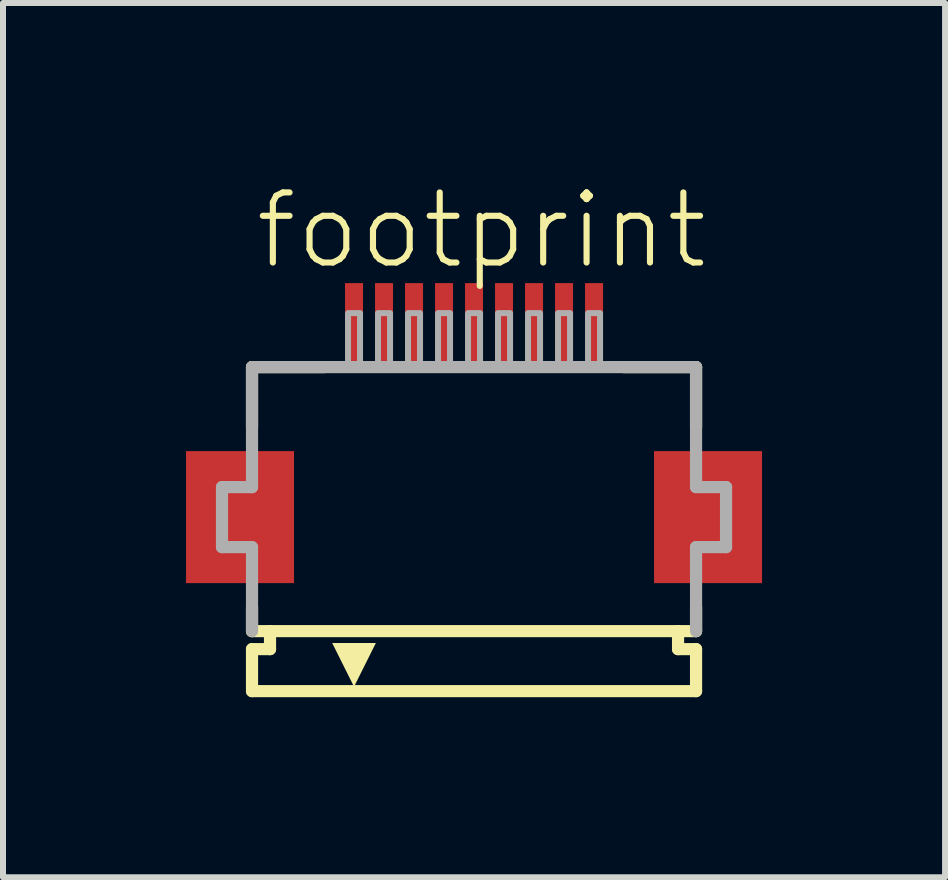
<source format=kicad_pcb>
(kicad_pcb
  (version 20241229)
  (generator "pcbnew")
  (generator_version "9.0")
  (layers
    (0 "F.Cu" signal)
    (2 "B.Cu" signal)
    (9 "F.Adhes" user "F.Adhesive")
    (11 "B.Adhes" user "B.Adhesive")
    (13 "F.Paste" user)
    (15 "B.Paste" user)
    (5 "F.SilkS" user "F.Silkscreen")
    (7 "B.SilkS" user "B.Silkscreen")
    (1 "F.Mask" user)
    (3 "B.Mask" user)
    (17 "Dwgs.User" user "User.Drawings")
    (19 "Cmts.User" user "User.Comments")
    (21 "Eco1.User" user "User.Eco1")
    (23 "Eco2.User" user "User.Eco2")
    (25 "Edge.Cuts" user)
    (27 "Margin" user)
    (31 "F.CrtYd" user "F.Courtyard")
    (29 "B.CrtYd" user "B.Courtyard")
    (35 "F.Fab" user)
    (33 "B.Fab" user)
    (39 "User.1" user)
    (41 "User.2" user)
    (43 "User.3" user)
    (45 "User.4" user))
  (footprint "footprint"
    (layer "F.Cu")
    (at 4.85 5.568)
    (property "Reference" "footprint" (at -3.698 -4.095 0) (layer "F.SilkS") (effects (font (size 1.168 1.168) (thickness 0.102)) (justify left bottom)))
    (fp_poly (pts (xy -3 -1.1) (xy -4.8 -1.1) (xy -4.8 1.1) (xy -3 1.1)) (stroke (width 0) (type solid)) (fill yes) (layer "F.Cu"))
    (fp_poly (pts (xy 4.8 -1.1) (xy 3 -1.1) (xy 3 1.1) (xy 4.8 1.1)) (stroke (width 0) (type solid)) (fill yes) (layer "F.Cu"))
    (fp_poly (pts (xy -2.95 -1.175) (xy -4.85 -1.175) (xy -4.85 1.175) (xy -2.95 1.175)) (stroke (width 0) (type solid)) (fill yes) (layer "F.Mask"))
    (fp_poly (pts (xy -2.2 -2.55) (xy -1.8 -2.55) (xy -1.8 -3.95) (xy -2.2 -3.95)) (stroke (width 0) (type solid)) (fill yes) (layer "F.Mask"))
    (fp_poly (pts (xy -1.7 -2.55) (xy -1.3 -2.55) (xy -1.3 -3.95) (xy -1.7 -3.95)) (stroke (width 0) (type solid)) (fill yes) (layer "F.Mask"))
    (fp_poly (pts (xy -1.2 -2.55) (xy -0.8 -2.55) (xy -0.8 -3.95) (xy -1.2 -3.95)) (stroke (width 0) (type solid)) (fill yes) (layer "F.Mask"))
    (fp_poly (pts (xy -0.7 -2.55) (xy -0.3 -2.55) (xy -0.3 -3.95) (xy -0.7 -3.95)) (stroke (width 0) (type solid)) (fill yes) (layer "F.Mask"))
    (fp_poly (pts (xy -0.2 -2.55) (xy 0.2 -2.55) (xy 0.2 -3.95) (xy -0.2 -3.95)) (stroke (width 0) (type solid)) (fill yes) (layer "F.Mask"))
    (fp_poly (pts (xy 0.3 -2.55) (xy 0.7 -2.55) (xy 0.7 -3.95) (xy 0.3 -3.95)) (stroke (width 0) (type solid)) (fill yes) (layer "F.Mask"))
    (fp_poly (pts (xy 0.8 -2.55) (xy 1.2 -2.55) (xy 1.2 -3.95) (xy 0.8 -3.95)) (stroke (width 0) (type solid)) (fill yes) (layer "F.Mask"))
    (fp_poly (pts (xy 1.3 -2.55) (xy 1.7 -2.55) (xy 1.7 -3.95) (xy 1.3 -3.95)) (stroke (width 0) (type solid)) (fill yes) (layer "F.Mask"))
    (fp_poly (pts (xy 1.8 -2.55) (xy 2.2 -2.55) (xy 2.2 -3.95) (xy 1.8 -3.95)) (stroke (width 0) (type solid)) (fill yes) (layer "F.Mask"))
    (fp_poly (pts (xy 4.85 -1.175) (xy 2.95 -1.175) (xy 2.95 1.175) (xy 4.85 1.175)) (stroke (width 0) (type solid)) (fill yes) (layer "F.Mask"))
    (fp_line (start -3.7 -2.5) (end -3.7 -1.5) (stroke (width 0.203) (type solid)) (layer "F.SilkS"))
    (fp_line (start -3.7 1.5) (end -3.7 1.9) (stroke (width 0.203) (type solid)) (layer "F.SilkS"))
    (fp_line (start -3.7 1.9) (end -3.4 1.9) (stroke (width 0.203) (type solid)) (layer "F.SilkS"))
    (fp_line (start -3.7 2.2) (end -3.7 2.9) (stroke (width 0.203) (type solid)) (layer "F.SilkS"))
    (fp_line (start -3.4 1.9) (end -3.4 2.2) (stroke (width 0.203) (type solid)) (layer "F.SilkS"))
    (fp_line (start -3.4 2.2) (end -3.7 2.2) (stroke (width 0.203) (type solid)) (layer "F.SilkS"))
    (fp_line (start -2.5 -2.5) (end -3.7 -2.5) (stroke (width 0.203) (type solid)) (layer "F.SilkS"))
    (fp_line (start 3.4 1.9) (end -3.4 1.9) (stroke (width 0.203) (type solid)) (layer "F.SilkS"))
    (fp_line (start 3.4 1.9) (end 3.7 1.9) (stroke (width 0.203) (type solid)) (layer "F.SilkS"))
    (fp_line (start 3.4 2.2) (end 3.4 1.9) (stroke (width 0.203) (type solid)) (layer "F.SilkS"))
    (fp_line (start 3.7 -2.5) (end 2.5 -2.5) (stroke (width 0.203) (type solid)) (layer "F.SilkS"))
    (fp_line (start 3.7 -1.5) (end 3.7 -2.5) (stroke (width 0.203) (type solid)) (layer "F.SilkS"))
    (fp_line (start 3.7 1.9) (end 3.7 1.5) (stroke (width 0.203) (type solid)) (layer "F.SilkS"))
    (fp_line (start 3.7 2.2) (end 3.4 2.2) (stroke (width 0.203) (type solid)) (layer "F.SilkS"))
    (fp_line (start 3.7 2.9) (end -3.7 2.9) (stroke (width 0.203) (type solid)) (layer "F.SilkS"))
    (fp_line (start 3.7 2.9) (end 3.7 2.2) (stroke (width 0.203) (type solid)) (layer "F.SilkS"))
    (fp_poly (pts (xy -2 2.827) (xy -2.364 2.098) (xy -1.636 2.098)) (stroke (width 0) (type solid)) (fill yes) (layer "F.SilkS"))
    (fp_poly (pts (xy -3.075 -1.025) (xy -4.725 -1.025) (xy -4.725 1.025) (xy -3.075 1.025)) (stroke (width 0) (type solid)) (fill yes) (layer "F.Paste"))
    (fp_poly (pts (xy -2.125 -2.625) (xy -1.875 -2.625) (xy -1.875 -3.875) (xy -2.125 -3.875)) (stroke (width 0) (type solid)) (fill yes) (layer "F.Paste"))
    (fp_poly (pts (xy -1.625 -2.625) (xy -1.375 -2.625) (xy -1.375 -3.875) (xy -1.625 -3.875)) (stroke (width 0) (type solid)) (fill yes) (layer "F.Paste"))
    (fp_poly (pts (xy -1.125 -2.625) (xy -0.875 -2.625) (xy -0.875 -3.875) (xy -1.125 -3.875)) (stroke (width 0) (type solid)) (fill yes) (layer "F.Paste"))
    (fp_poly (pts (xy -0.625 -2.625) (xy -0.375 -2.625) (xy -0.375 -3.875) (xy -0.625 -3.875)) (stroke (width 0) (type solid)) (fill yes) (layer "F.Paste"))
    (fp_poly (pts (xy -0.125 -2.625) (xy 0.125 -2.625) (xy 0.125 -3.875) (xy -0.125 -3.875)) (stroke (width 0) (type solid)) (fill yes) (layer "F.Paste"))
    (fp_poly (pts (xy 0.375 -2.625) (xy 0.625 -2.625) (xy 0.625 -3.875) (xy 0.375 -3.875)) (stroke (width 0) (type solid)) (fill yes) (layer "F.Paste"))
    (fp_poly (pts (xy 0.875 -2.625) (xy 1.125 -2.625) (xy 1.125 -3.875) (xy 0.875 -3.875)) (stroke (width 0) (type solid)) (fill yes) (layer "F.Paste"))
    (fp_poly (pts (xy 1.375 -2.625) (xy 1.625 -2.625) (xy 1.625 -3.875) (xy 1.375 -3.875)) (stroke (width 0) (type solid)) (fill yes) (layer "F.Paste"))
    (fp_poly (pts (xy 1.875 -2.625) (xy 2.125 -2.625) (xy 2.125 -3.875) (xy 1.875 -3.875)) (stroke (width 0) (type solid)) (fill yes) (layer "F.Paste"))
    (fp_poly (pts (xy 4.725 -1.025) (xy 3.075 -1.025) (xy 3.075 1.025) (xy 4.725 1.025)) (stroke (width 0) (type solid)) (fill yes) (layer "F.Paste"))
    (fp_line (start -4.2 -0.5) (end -4.2 0.5) (stroke (width 0.203) (type solid)) (layer "F.Fab"))
    (fp_line (start -4.2 0.5) (end -3.7 0.5) (stroke (width 0.203) (type solid)) (layer "F.Fab"))
    (fp_line (start -3.7 -2.5) (end -3.7 -0.5) (stroke (width 0.203) (type solid)) (layer "F.Fab"))
    (fp_line (start -3.7 -0.5) (end -4.2 -0.5) (stroke (width 0.203) (type solid)) (layer "F.Fab"))
    (fp_line (start -3.7 0.5) (end -3.7 1.9) (stroke (width 0.203) (type solid)) (layer "F.Fab"))
    (fp_line (start 3.7 -2.5) (end -3.7 -2.5) (stroke (width 0.203) (type solid)) (layer "F.Fab"))
    (fp_line (start 3.7 -0.5) (end 3.7 -2.5) (stroke (width 0.203) (type solid)) (layer "F.Fab"))
    (fp_line (start 3.7 0.5) (end 4.2 0.5) (stroke (width 0.203) (type solid)) (layer "F.Fab"))
    (fp_line (start 3.7 1.9) (end 3.7 0.5) (stroke (width 0.203) (type solid)) (layer "F.Fab"))
    (fp_line (start 4.2 -0.5) (end 3.7 -0.5) (stroke (width 0.203) (type solid)) (layer "F.Fab"))
    (fp_line (start 4.2 0.5) (end 4.2 -0.5) (stroke (width 0.203) (type solid)) (layer "F.Fab"))
    (fp_poly (pts (xy -2.1 -2.55) (xy -1.9 -2.55) (xy -1.9 -3.4) (xy -2.1 -3.4)) (stroke (width 0.1) (type solid)) (fill no) (layer "F.Fab"))
    (fp_poly (pts (xy -1.6 -2.55) (xy -1.4 -2.55) (xy -1.4 -3.4) (xy -1.6 -3.4)) (stroke (width 0.1) (type solid)) (fill no) (layer "F.Fab"))
    (fp_poly (pts (xy -1.1 -2.55) (xy -0.9 -2.55) (xy -0.9 -3.4) (xy -1.1 -3.4)) (stroke (width 0.1) (type solid)) (fill no) (layer "F.Fab"))
    (fp_poly (pts (xy -0.6 -2.55) (xy -0.4 -2.55) (xy -0.4 -3.4) (xy -0.6 -3.4)) (stroke (width 0.1) (type solid)) (fill no) (layer "F.Fab"))
    (fp_poly (pts (xy -0.1 -2.55) (xy 0.1 -2.55) (xy 0.1 -3.4) (xy -0.1 -3.4)) (stroke (width 0.1) (type solid)) (fill no) (layer "F.Fab"))
    (fp_poly (pts (xy 0.4 -2.55) (xy 0.6 -2.55) (xy 0.6 -3.4) (xy 0.4 -3.4)) (stroke (width 0.1) (type solid)) (fill no) (layer "F.Fab"))
    (fp_poly (pts (xy 0.9 -2.55) (xy 1.1 -2.55) (xy 1.1 -3.4) (xy 0.9 -3.4)) (stroke (width 0.1) (type solid)) (fill no) (layer "F.Fab"))
    (fp_poly (pts (xy 1.4 -2.55) (xy 1.6 -2.55) (xy 1.6 -3.4) (xy 1.4 -3.4)) (stroke (width 0.1) (type solid)) (fill no) (layer "F.Fab"))
    (fp_poly (pts (xy 1.9 -2.55) (xy 2.1 -2.55) (xy 2.1 -3.4) (xy 1.9 -3.4)) (stroke (width 0.1) (type solid)) (fill no) (layer "F.Fab"))
    (pad "1" smd rect (at -2 -3.25) (size 0.3 1.3) (layers "F.Cu"))
    (pad "2" smd rect (at -1.5 -3.25) (size 0.3 1.3) (layers "F.Cu"))
    (pad "3" smd rect (at -1 -3.25) (size 0.3 1.3) (layers "F.Cu"))
    (pad "4" smd rect (at -0.5 -3.25) (size 0.3 1.3) (layers "F.Cu"))
    (pad "5" smd rect (at 0 -3.25) (size 0.3 1.3) (layers "F.Cu"))
    (pad "6" smd rect (at 0.5 -3.25) (size 0.3 1.3) (layers "F.Cu"))
    (pad "7" smd rect (at 1 -3.25) (size 0.3 1.3) (layers "F.Cu"))
    (pad "8" smd rect (at 1.5 -3.25) (size 0.3 1.3) (layers "F.Cu"))
    (pad "9" smd rect (at 2 -3.25) (size 0.3 1.3) (layers "F.Cu")))
  (gr_rect
    (start -3 -3)
    (end 12.7 11.57)
    (stroke (width 0.1) (type default))
    (fill no)
    (layer "Edge.Cuts")))
</source>
